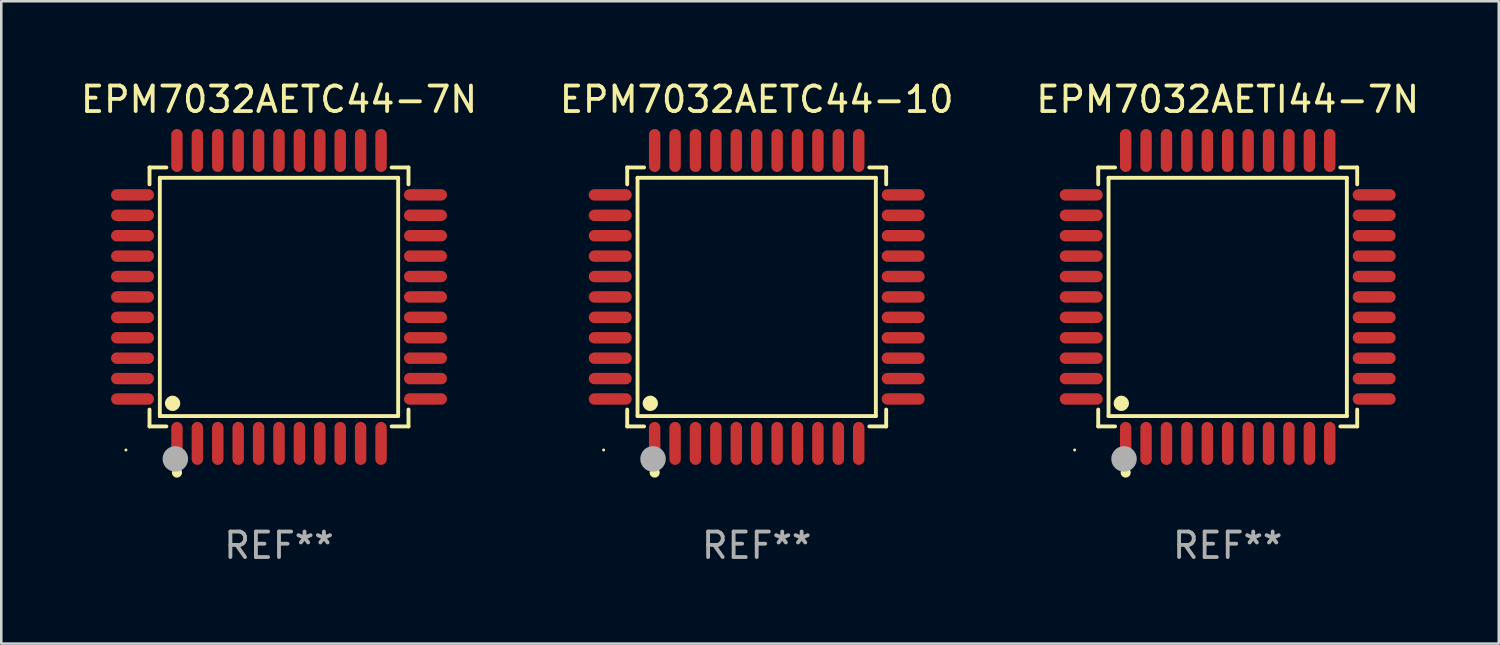
<source format=kicad_pcb>
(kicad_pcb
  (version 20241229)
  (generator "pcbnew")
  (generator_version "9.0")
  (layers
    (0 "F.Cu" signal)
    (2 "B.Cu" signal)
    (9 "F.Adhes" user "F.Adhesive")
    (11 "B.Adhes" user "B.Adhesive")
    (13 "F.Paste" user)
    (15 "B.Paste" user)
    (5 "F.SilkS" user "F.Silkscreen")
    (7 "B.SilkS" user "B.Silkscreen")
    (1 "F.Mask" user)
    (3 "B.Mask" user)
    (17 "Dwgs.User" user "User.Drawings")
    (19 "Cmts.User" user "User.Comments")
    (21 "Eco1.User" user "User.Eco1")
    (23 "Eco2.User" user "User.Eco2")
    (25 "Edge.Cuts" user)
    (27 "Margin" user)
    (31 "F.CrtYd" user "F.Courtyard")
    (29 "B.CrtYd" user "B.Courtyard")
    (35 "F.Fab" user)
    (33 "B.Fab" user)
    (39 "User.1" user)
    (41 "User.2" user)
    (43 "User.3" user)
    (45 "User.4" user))
  (footprint "EPM7032AETC44-7N"
    (layer "F.Cu")
    (at 7.887 8.59)
    (property "Reference" "EPM7032AETC44-7N" (at 0 -7.742 0) (layer "F.SilkS") (effects (font (size 1 1) (thickness 0.15))))
    (attr through_hole)
    (fp_line (start -5.076 -5.076) (end -4.415 -5.076) (stroke (width 0.152) (type solid)) (layer "F.SilkS"))
    (fp_line (start -5.076 -4.415) (end -5.076 -5.076) (stroke (width 0.152) (type solid)) (layer "F.SilkS"))
    (fp_line (start -5.076 4.415) (end -5.076 5.076) (stroke (width 0.152) (type solid)) (layer "F.SilkS"))
    (fp_line (start -5.076 5.076) (end -4.415 5.076) (stroke (width 0.152) (type solid)) (layer "F.SilkS"))
    (fp_line (start -4.671 -4.671) (end 4.671 -4.671) (stroke (width 0.152) (type solid)) (layer "F.SilkS"))
    (fp_line (start -4.671 4.671) (end -4.671 -4.671) (stroke (width 0.152) (type solid)) (layer "F.SilkS"))
    (fp_line (start 4.671 -4.671) (end 4.671 4.671) (stroke (width 0.152) (type solid)) (layer "F.SilkS"))
    (fp_line (start 4.671 4.671) (end -4.671 4.671) (stroke (width 0.152) (type solid)) (layer "F.SilkS"))
    (fp_line (start 5.076 -5.076) (end 4.415 -5.076) (stroke (width 0.152) (type solid)) (layer "F.SilkS"))
    (fp_line (start 5.076 -4.415) (end 5.076 -5.076) (stroke (width 0.152) (type solid)) (layer "F.SilkS"))
    (fp_line (start 5.076 4.415) (end 5.076 5.076) (stroke (width 0.152) (type solid)) (layer "F.SilkS"))
    (fp_line (start 5.076 5.076) (end 4.415 5.076) (stroke (width 0.152) (type solid)) (layer "F.SilkS"))
    (fp_circle (center -6 6) (end -5.97 6) (stroke (width 0.06) (type solid)) (fill no) (layer "F.SilkS"))
    (fp_circle (center -4.171 4.171) (end -4.021 4.171) (stroke (width 0.3) (type solid)) (fill no) (layer "F.SilkS"))
    (fp_circle (center -4 6.884) (end -3.9 6.884) (stroke (width 0.2) (type solid)) (fill no) (layer "F.SilkS"))
    (fp_circle (center -4.064 6.35) (end -3.814 6.35) (stroke (width 0.5) (type solid)) (fill no) (layer "F.Fab"))
    (fp_text user "REF**" (at 0 9.742 0) (layer "F.Fab") (effects (font (size 1 1) (thickness 0.15))))
    (pad "1" smd oval (at -4 5.742) (size 0.448 1.684) (layers "F.Cu" "F.Mask" "F.Paste"))
    (pad "2" smd oval (at -3.2 5.742) (size 0.448 1.684) (layers "F.Cu" "F.Mask" "F.Paste"))
    (pad "3" smd oval (at -2.4 5.742) (size 0.448 1.684) (layers "F.Cu" "F.Mask" "F.Paste"))
    (pad "4" smd oval (at -1.6 5.742) (size 0.448 1.684) (layers "F.Cu" "F.Mask" "F.Paste"))
    (pad "5" smd oval (at -0.8 5.742) (size 0.448 1.684) (layers "F.Cu" "F.Mask" "F.Paste"))
    (pad "6" smd oval (at 0 5.742) (size 0.448 1.684) (layers "F.Cu" "F.Mask" "F.Paste"))
    (pad "7" smd oval (at 0.8 5.742) (size 0.448 1.684) (layers "F.Cu" "F.Mask" "F.Paste"))
    (pad "8" smd oval (at 1.6 5.742) (size 0.448 1.684) (layers "F.Cu" "F.Mask" "F.Paste"))
    (pad "9" smd oval (at 2.4 5.742) (size 0.448 1.684) (layers "F.Cu" "F.Mask" "F.Paste"))
    (pad "10" smd oval (at 3.2 5.742) (size 0.448 1.684) (layers "F.Cu" "F.Mask" "F.Paste"))
    (pad "11" smd oval (at 4 5.742) (size 0.448 1.684) (layers "F.Cu" "F.Mask" "F.Paste"))
    (pad "12" smd oval (at 5.742 4) (size 1.684 0.448) (layers "F.Cu" "F.Mask" "F.Paste"))
    (pad "13" smd oval (at 5.742 3.2) (size 1.684 0.448) (layers "F.Cu" "F.Mask" "F.Paste"))
    (pad "14" smd oval (at 5.742 2.4) (size 1.684 0.448) (layers "F.Cu" "F.Mask" "F.Paste"))
    (pad "15" smd oval (at 5.742 1.6) (size 1.684 0.448) (layers "F.Cu" "F.Mask" "F.Paste"))
    (pad "16" smd oval (at 5.742 0.8) (size 1.684 0.448) (layers "F.Cu" "F.Mask" "F.Paste"))
    (pad "17" smd oval (at 5.742 0) (size 1.684 0.448) (layers "F.Cu" "F.Mask" "F.Paste"))
    (pad "18" smd oval (at 5.742 -0.8) (size 1.684 0.448) (layers "F.Cu" "F.Mask" "F.Paste"))
    (pad "19" smd oval (at 5.742 -1.6) (size 1.684 0.448) (layers "F.Cu" "F.Mask" "F.Paste"))
    (pad "20" smd oval (at 5.742 -2.4) (size 1.684 0.448) (layers "F.Cu" "F.Mask" "F.Paste"))
    (pad "21" smd oval (at 5.742 -3.2) (size 1.684 0.448) (layers "F.Cu" "F.Mask" "F.Paste"))
    (pad "22" smd oval (at 5.742 -4) (size 1.684 0.448) (layers "F.Cu" "F.Mask" "F.Paste"))
    (pad "23" smd oval (at 4 -5.742) (size 0.448 1.684) (layers "F.Cu" "F.Mask" "F.Paste"))
    (pad "24" smd oval (at 3.2 -5.742) (size 0.448 1.684) (layers "F.Cu" "F.Mask" "F.Paste"))
    (pad "25" smd oval (at 2.4 -5.742) (size 0.448 1.684) (layers "F.Cu" "F.Mask" "F.Paste"))
    (pad "26" smd oval (at 1.6 -5.742) (size 0.448 1.684) (layers "F.Cu" "F.Mask" "F.Paste"))
    (pad "27" smd oval (at 0.8 -5.742) (size 0.448 1.684) (layers "F.Cu" "F.Mask" "F.Paste"))
    (pad "28" smd oval (at 0 -5.742) (size 0.448 1.684) (layers "F.Cu" "F.Mask" "F.Paste"))
    (pad "29" smd oval (at -0.8 -5.742) (size 0.448 1.684) (layers "F.Cu" "F.Mask" "F.Paste"))
    (pad "30" smd oval (at -1.6 -5.742) (size 0.448 1.684) (layers "F.Cu" "F.Mask" "F.Paste"))
    (pad "31" smd oval (at -2.4 -5.742) (size 0.448 1.684) (layers "F.Cu" "F.Mask" "F.Paste"))
    (pad "32" smd oval (at -3.2 -5.742) (size 0.448 1.684) (layers "F.Cu" "F.Mask" "F.Paste"))
    (pad "33" smd oval (at -4 -5.742) (size 0.448 1.684) (layers "F.Cu" "F.Mask" "F.Paste"))
    (pad "34" smd oval (at -5.742 -4) (size 1.684 0.448) (layers "F.Cu" "F.Mask" "F.Paste"))
    (pad "35" smd oval (at -5.742 -3.2) (size 1.684 0.448) (layers "F.Cu" "F.Mask" "F.Paste"))
    (pad "36" smd oval (at -5.742 -2.4) (size 1.684 0.448) (layers "F.Cu" "F.Mask" "F.Paste"))
    (pad "37" smd oval (at -5.742 -1.6) (size 1.684 0.448) (layers "F.Cu" "F.Mask" "F.Paste"))
    (pad "38" smd oval (at -5.742 -0.8) (size 1.684 0.448) (layers "F.Cu" "F.Mask" "F.Paste"))
    (pad "39" smd oval (at -5.742 0) (size 1.684 0.448) (layers "F.Cu" "F.Mask" "F.Paste"))
    (pad "40" smd oval (at -5.742 0.8) (size 1.684 0.448) (layers "F.Cu" "F.Mask" "F.Paste"))
    (pad "41" smd oval (at -5.742 1.6) (size 1.684 0.448) (layers "F.Cu" "F.Mask" "F.Paste"))
    (pad "42" smd oval (at -5.742 2.4) (size 1.684 0.448) (layers "F.Cu" "F.Mask" "F.Paste"))
    (pad "43" smd oval (at -5.742 3.2) (size 1.684 0.448) (layers "F.Cu" "F.Mask" "F.Paste"))
    (pad "44" smd oval (at -5.742 4) (size 1.684 0.448) (layers "F.Cu" "F.Mask" "F.Paste")))
  (footprint "EPM7032AETC44-10"
    (layer "F.Cu")
    (at 26.613 8.59)
    (property "Reference" "EPM7032AETC44-10" (at 0 -7.742 0) (layer "F.SilkS") (effects (font (size 1 1) (thickness 0.15))))
    (attr through_hole)
    (fp_line (start -5.076 -5.076) (end -4.415 -5.076) (stroke (width 0.152) (type solid)) (layer "F.SilkS"))
    (fp_line (start -5.076 -4.415) (end -5.076 -5.076) (stroke (width 0.152) (type solid)) (layer "F.SilkS"))
    (fp_line (start -5.076 4.415) (end -5.076 5.076) (stroke (width 0.152) (type solid)) (layer "F.SilkS"))
    (fp_line (start -5.076 5.076) (end -4.415 5.076) (stroke (width 0.152) (type solid)) (layer "F.SilkS"))
    (fp_line (start -4.671 -4.671) (end 4.671 -4.671) (stroke (width 0.152) (type solid)) (layer "F.SilkS"))
    (fp_line (start -4.671 4.671) (end -4.671 -4.671) (stroke (width 0.152) (type solid)) (layer "F.SilkS"))
    (fp_line (start 4.671 -4.671) (end 4.671 4.671) (stroke (width 0.152) (type solid)) (layer "F.SilkS"))
    (fp_line (start 4.671 4.671) (end -4.671 4.671) (stroke (width 0.152) (type solid)) (layer "F.SilkS"))
    (fp_line (start 5.076 -5.076) (end 4.415 -5.076) (stroke (width 0.152) (type solid)) (layer "F.SilkS"))
    (fp_line (start 5.076 -4.415) (end 5.076 -5.076) (stroke (width 0.152) (type solid)) (layer "F.SilkS"))
    (fp_line (start 5.076 4.415) (end 5.076 5.076) (stroke (width 0.152) (type solid)) (layer "F.SilkS"))
    (fp_line (start 5.076 5.076) (end 4.415 5.076) (stroke (width 0.152) (type solid)) (layer "F.SilkS"))
    (fp_circle (center -6 6) (end -5.97 6) (stroke (width 0.06) (type solid)) (fill no) (layer "F.SilkS"))
    (fp_circle (center -4.171 4.171) (end -4.021 4.171) (stroke (width 0.3) (type solid)) (fill no) (layer "F.SilkS"))
    (fp_circle (center -4 6.884) (end -3.9 6.884) (stroke (width 0.2) (type solid)) (fill no) (layer "F.SilkS"))
    (fp_circle (center -4.064 6.35) (end -3.814 6.35) (stroke (width 0.5) (type solid)) (fill no) (layer "F.Fab"))
    (fp_text user "REF**" (at 0 9.742 0) (layer "F.Fab") (effects (font (size 1 1) (thickness 0.15))))
    (pad "1" smd oval (at -4 5.742) (size 0.448 1.684) (layers "F.Cu" "F.Mask" "F.Paste"))
    (pad "2" smd oval (at -3.2 5.742) (size 0.448 1.684) (layers "F.Cu" "F.Mask" "F.Paste"))
    (pad "3" smd oval (at -2.4 5.742) (size 0.448 1.684) (layers "F.Cu" "F.Mask" "F.Paste"))
    (pad "4" smd oval (at -1.6 5.742) (size 0.448 1.684) (layers "F.Cu" "F.Mask" "F.Paste"))
    (pad "5" smd oval (at -0.8 5.742) (size 0.448 1.684) (layers "F.Cu" "F.Mask" "F.Paste"))
    (pad "6" smd oval (at 0 5.742) (size 0.448 1.684) (layers "F.Cu" "F.Mask" "F.Paste"))
    (pad "7" smd oval (at 0.8 5.742) (size 0.448 1.684) (layers "F.Cu" "F.Mask" "F.Paste"))
    (pad "8" smd oval (at 1.6 5.742) (size 0.448 1.684) (layers "F.Cu" "F.Mask" "F.Paste"))
    (pad "9" smd oval (at 2.4 5.742) (size 0.448 1.684) (layers "F.Cu" "F.Mask" "F.Paste"))
    (pad "10" smd oval (at 3.2 5.742) (size 0.448 1.684) (layers "F.Cu" "F.Mask" "F.Paste"))
    (pad "11" smd oval (at 4 5.742) (size 0.448 1.684) (layers "F.Cu" "F.Mask" "F.Paste"))
    (pad "12" smd oval (at 5.742 4) (size 1.684 0.448) (layers "F.Cu" "F.Mask" "F.Paste"))
    (pad "13" smd oval (at 5.742 3.2) (size 1.684 0.448) (layers "F.Cu" "F.Mask" "F.Paste"))
    (pad "14" smd oval (at 5.742 2.4) (size 1.684 0.448) (layers "F.Cu" "F.Mask" "F.Paste"))
    (pad "15" smd oval (at 5.742 1.6) (size 1.684 0.448) (layers "F.Cu" "F.Mask" "F.Paste"))
    (pad "16" smd oval (at 5.742 0.8) (size 1.684 0.448) (layers "F.Cu" "F.Mask" "F.Paste"))
    (pad "17" smd oval (at 5.742 0) (size 1.684 0.448) (layers "F.Cu" "F.Mask" "F.Paste"))
    (pad "18" smd oval (at 5.742 -0.8) (size 1.684 0.448) (layers "F.Cu" "F.Mask" "F.Paste"))
    (pad "19" smd oval (at 5.742 -1.6) (size 1.684 0.448) (layers "F.Cu" "F.Mask" "F.Paste"))
    (pad "20" smd oval (at 5.742 -2.4) (size 1.684 0.448) (layers "F.Cu" "F.Mask" "F.Paste"))
    (pad "21" smd oval (at 5.742 -3.2) (size 1.684 0.448) (layers "F.Cu" "F.Mask" "F.Paste"))
    (pad "22" smd oval (at 5.742 -4) (size 1.684 0.448) (layers "F.Cu" "F.Mask" "F.Paste"))
    (pad "23" smd oval (at 4 -5.742) (size 0.448 1.684) (layers "F.Cu" "F.Mask" "F.Paste"))
    (pad "24" smd oval (at 3.2 -5.742) (size 0.448 1.684) (layers "F.Cu" "F.Mask" "F.Paste"))
    (pad "25" smd oval (at 2.4 -5.742) (size 0.448 1.684) (layers "F.Cu" "F.Mask" "F.Paste"))
    (pad "26" smd oval (at 1.6 -5.742) (size 0.448 1.684) (layers "F.Cu" "F.Mask" "F.Paste"))
    (pad "27" smd oval (at 0.8 -5.742) (size 0.448 1.684) (layers "F.Cu" "F.Mask" "F.Paste"))
    (pad "28" smd oval (at 0 -5.742) (size 0.448 1.684) (layers "F.Cu" "F.Mask" "F.Paste"))
    (pad "29" smd oval (at -0.8 -5.742) (size 0.448 1.684) (layers "F.Cu" "F.Mask" "F.Paste"))
    (pad "30" smd oval (at -1.6 -5.742) (size 0.448 1.684) (layers "F.Cu" "F.Mask" "F.Paste"))
    (pad "31" smd oval (at -2.4 -5.742) (size 0.448 1.684) (layers "F.Cu" "F.Mask" "F.Paste"))
    (pad "32" smd oval (at -3.2 -5.742) (size 0.448 1.684) (layers "F.Cu" "F.Mask" "F.Paste"))
    (pad "33" smd oval (at -4 -5.742) (size 0.448 1.684) (layers "F.Cu" "F.Mask" "F.Paste"))
    (pad "34" smd oval (at -5.742 -4) (size 1.684 0.448) (layers "F.Cu" "F.Mask" "F.Paste"))
    (pad "35" smd oval (at -5.742 -3.2) (size 1.684 0.448) (layers "F.Cu" "F.Mask" "F.Paste"))
    (pad "36" smd oval (at -5.742 -2.4) (size 1.684 0.448) (layers "F.Cu" "F.Mask" "F.Paste"))
    (pad "37" smd oval (at -5.742 -1.6) (size 1.684 0.448) (layers "F.Cu" "F.Mask" "F.Paste"))
    (pad "38" smd oval (at -5.742 -0.8) (size 1.684 0.448) (layers "F.Cu" "F.Mask" "F.Paste"))
    (pad "39" smd oval (at -5.742 0) (size 1.684 0.448) (layers "F.Cu" "F.Mask" "F.Paste"))
    (pad "40" smd oval (at -5.742 0.8) (size 1.684 0.448) (layers "F.Cu" "F.Mask" "F.Paste"))
    (pad "41" smd oval (at -5.742 1.6) (size 1.684 0.448) (layers "F.Cu" "F.Mask" "F.Paste"))
    (pad "42" smd oval (at -5.742 2.4) (size 1.684 0.448) (layers "F.Cu" "F.Mask" "F.Paste"))
    (pad "43" smd oval (at -5.742 3.2) (size 1.684 0.448) (layers "F.Cu" "F.Mask" "F.Paste"))
    (pad "44" smd oval (at -5.742 4) (size 1.684 0.448) (layers "F.Cu" "F.Mask" "F.Paste")))
  (footprint "EPM7032AETI44-7N"
    (layer "F.Cu")
    (at 45.077 8.59)
    (property "Reference" "EPM7032AETI44-7N" (at 0 -7.742 0) (layer "F.SilkS") (effects (font (size 1 1) (thickness 0.15))))
    (attr through_hole)
    (fp_line (start -5.076 -5.076) (end -4.415 -5.076) (stroke (width 0.152) (type solid)) (layer "F.SilkS"))
    (fp_line (start -5.076 -4.415) (end -5.076 -5.076) (stroke (width 0.152) (type solid)) (layer "F.SilkS"))
    (fp_line (start -5.076 4.415) (end -5.076 5.076) (stroke (width 0.152) (type solid)) (layer "F.SilkS"))
    (fp_line (start -5.076 5.076) (end -4.415 5.076) (stroke (width 0.152) (type solid)) (layer "F.SilkS"))
    (fp_line (start -4.671 -4.671) (end 4.671 -4.671) (stroke (width 0.152) (type solid)) (layer "F.SilkS"))
    (fp_line (start -4.671 4.671) (end -4.671 -4.671) (stroke (width 0.152) (type solid)) (layer "F.SilkS"))
    (fp_line (start 4.671 -4.671) (end 4.671 4.671) (stroke (width 0.152) (type solid)) (layer "F.SilkS"))
    (fp_line (start 4.671 4.671) (end -4.671 4.671) (stroke (width 0.152) (type solid)) (layer "F.SilkS"))
    (fp_line (start 5.076 -5.076) (end 4.415 -5.076) (stroke (width 0.152) (type solid)) (layer "F.SilkS"))
    (fp_line (start 5.076 -4.415) (end 5.076 -5.076) (stroke (width 0.152) (type solid)) (layer "F.SilkS"))
    (fp_line (start 5.076 4.415) (end 5.076 5.076) (stroke (width 0.152) (type solid)) (layer "F.SilkS"))
    (fp_line (start 5.076 5.076) (end 4.415 5.076) (stroke (width 0.152) (type solid)) (layer "F.SilkS"))
    (fp_circle (center -6 6) (end -5.97 6) (stroke (width 0.06) (type solid)) (fill no) (layer "F.SilkS"))
    (fp_circle (center -4.171 4.171) (end -4.021 4.171) (stroke (width 0.3) (type solid)) (fill no) (layer "F.SilkS"))
    (fp_circle (center -4 6.884) (end -3.9 6.884) (stroke (width 0.2) (type solid)) (fill no) (layer "F.SilkS"))
    (fp_circle (center -4.064 6.35) (end -3.814 6.35) (stroke (width 0.5) (type solid)) (fill no) (layer "F.Fab"))
    (fp_text user "REF**" (at 0 9.742 0) (layer "F.Fab") (effects (font (size 1 1) (thickness 0.15))))
    (pad "1" smd oval (at -4 5.742) (size 0.448 1.684) (layers "F.Cu" "F.Mask" "F.Paste"))
    (pad "2" smd oval (at -3.2 5.742) (size 0.448 1.684) (layers "F.Cu" "F.Mask" "F.Paste"))
    (pad "3" smd oval (at -2.4 5.742) (size 0.448 1.684) (layers "F.Cu" "F.Mask" "F.Paste"))
    (pad "4" smd oval (at -1.6 5.742) (size 0.448 1.684) (layers "F.Cu" "F.Mask" "F.Paste"))
    (pad "5" smd oval (at -0.8 5.742) (size 0.448 1.684) (layers "F.Cu" "F.Mask" "F.Paste"))
    (pad "6" smd oval (at 0 5.742) (size 0.448 1.684) (layers "F.Cu" "F.Mask" "F.Paste"))
    (pad "7" smd oval (at 0.8 5.742) (size 0.448 1.684) (layers "F.Cu" "F.Mask" "F.Paste"))
    (pad "8" smd oval (at 1.6 5.742) (size 0.448 1.684) (layers "F.Cu" "F.Mask" "F.Paste"))
    (pad "9" smd oval (at 2.4 5.742) (size 0.448 1.684) (layers "F.Cu" "F.Mask" "F.Paste"))
    (pad "10" smd oval (at 3.2 5.742) (size 0.448 1.684) (layers "F.Cu" "F.Mask" "F.Paste"))
    (pad "11" smd oval (at 4 5.742) (size 0.448 1.684) (layers "F.Cu" "F.Mask" "F.Paste"))
    (pad "12" smd oval (at 5.742 4) (size 1.684 0.448) (layers "F.Cu" "F.Mask" "F.Paste"))
    (pad "13" smd oval (at 5.742 3.2) (size 1.684 0.448) (layers "F.Cu" "F.Mask" "F.Paste"))
    (pad "14" smd oval (at 5.742 2.4) (size 1.684 0.448) (layers "F.Cu" "F.Mask" "F.Paste"))
    (pad "15" smd oval (at 5.742 1.6) (size 1.684 0.448) (layers "F.Cu" "F.Mask" "F.Paste"))
    (pad "16" smd oval (at 5.742 0.8) (size 1.684 0.448) (layers "F.Cu" "F.Mask" "F.Paste"))
    (pad "17" smd oval (at 5.742 0) (size 1.684 0.448) (layers "F.Cu" "F.Mask" "F.Paste"))
    (pad "18" smd oval (at 5.742 -0.8) (size 1.684 0.448) (layers "F.Cu" "F.Mask" "F.Paste"))
    (pad "19" smd oval (at 5.742 -1.6) (size 1.684 0.448) (layers "F.Cu" "F.Mask" "F.Paste"))
    (pad "20" smd oval (at 5.742 -2.4) (size 1.684 0.448) (layers "F.Cu" "F.Mask" "F.Paste"))
    (pad "21" smd oval (at 5.742 -3.2) (size 1.684 0.448) (layers "F.Cu" "F.Mask" "F.Paste"))
    (pad "22" smd oval (at 5.742 -4) (size 1.684 0.448) (layers "F.Cu" "F.Mask" "F.Paste"))
    (pad "23" smd oval (at 4 -5.742) (size 0.448 1.684) (layers "F.Cu" "F.Mask" "F.Paste"))
    (pad "24" smd oval (at 3.2 -5.742) (size 0.448 1.684) (layers "F.Cu" "F.Mask" "F.Paste"))
    (pad "25" smd oval (at 2.4 -5.742) (size 0.448 1.684) (layers "F.Cu" "F.Mask" "F.Paste"))
    (pad "26" smd oval (at 1.6 -5.742) (size 0.448 1.684) (layers "F.Cu" "F.Mask" "F.Paste"))
    (pad "27" smd oval (at 0.8 -5.742) (size 0.448 1.684) (layers "F.Cu" "F.Mask" "F.Paste"))
    (pad "28" smd oval (at 0 -5.742) (size 0.448 1.684) (layers "F.Cu" "F.Mask" "F.Paste"))
    (pad "29" smd oval (at -0.8 -5.742) (size 0.448 1.684) (layers "F.Cu" "F.Mask" "F.Paste"))
    (pad "30" smd oval (at -1.6 -5.742) (size 0.448 1.684) (layers "F.Cu" "F.Mask" "F.Paste"))
    (pad "31" smd oval (at -2.4 -5.742) (size 0.448 1.684) (layers "F.Cu" "F.Mask" "F.Paste"))
    (pad "32" smd oval (at -3.2 -5.742) (size 0.448 1.684) (layers "F.Cu" "F.Mask" "F.Paste"))
    (pad "33" smd oval (at -4 -5.742) (size 0.448 1.684) (layers "F.Cu" "F.Mask" "F.Paste"))
    (pad "34" smd oval (at -5.742 -4) (size 1.684 0.448) (layers "F.Cu" "F.Mask" "F.Paste"))
    (pad "35" smd oval (at -5.742 -3.2) (size 1.684 0.448) (layers "F.Cu" "F.Mask" "F.Paste"))
    (pad "36" smd oval (at -5.742 -2.4) (size 1.684 0.448) (layers "F.Cu" "F.Mask" "F.Paste"))
    (pad "37" smd oval (at -5.742 -1.6) (size 1.684 0.448) (layers "F.Cu" "F.Mask" "F.Paste"))
    (pad "38" smd oval (at -5.742 -0.8) (size 1.684 0.448) (layers "F.Cu" "F.Mask" "F.Paste"))
    (pad "39" smd oval (at -5.742 0) (size 1.684 0.448) (layers "F.Cu" "F.Mask" "F.Paste"))
    (pad "40" smd oval (at -5.742 0.8) (size 1.684 0.448) (layers "F.Cu" "F.Mask" "F.Paste"))
    (pad "41" smd oval (at -5.742 1.6) (size 1.684 0.448) (layers "F.Cu" "F.Mask" "F.Paste"))
    (pad "42" smd oval (at -5.742 2.4) (size 1.684 0.448) (layers "F.Cu" "F.Mask" "F.Paste"))
    (pad "43" smd oval (at -5.742 3.2) (size 1.684 0.448) (layers "F.Cu" "F.Mask" "F.Paste"))
    (pad "44" smd oval (at -5.742 4) (size 1.684 0.448) (layers "F.Cu" "F.Mask" "F.Paste")))
  (gr_rect
    (start -3 -3)
    (end 55.702 22.18)
    (stroke (width 0.1) (type default))
    (fill no)
    (layer "Edge.Cuts")))
</source>
